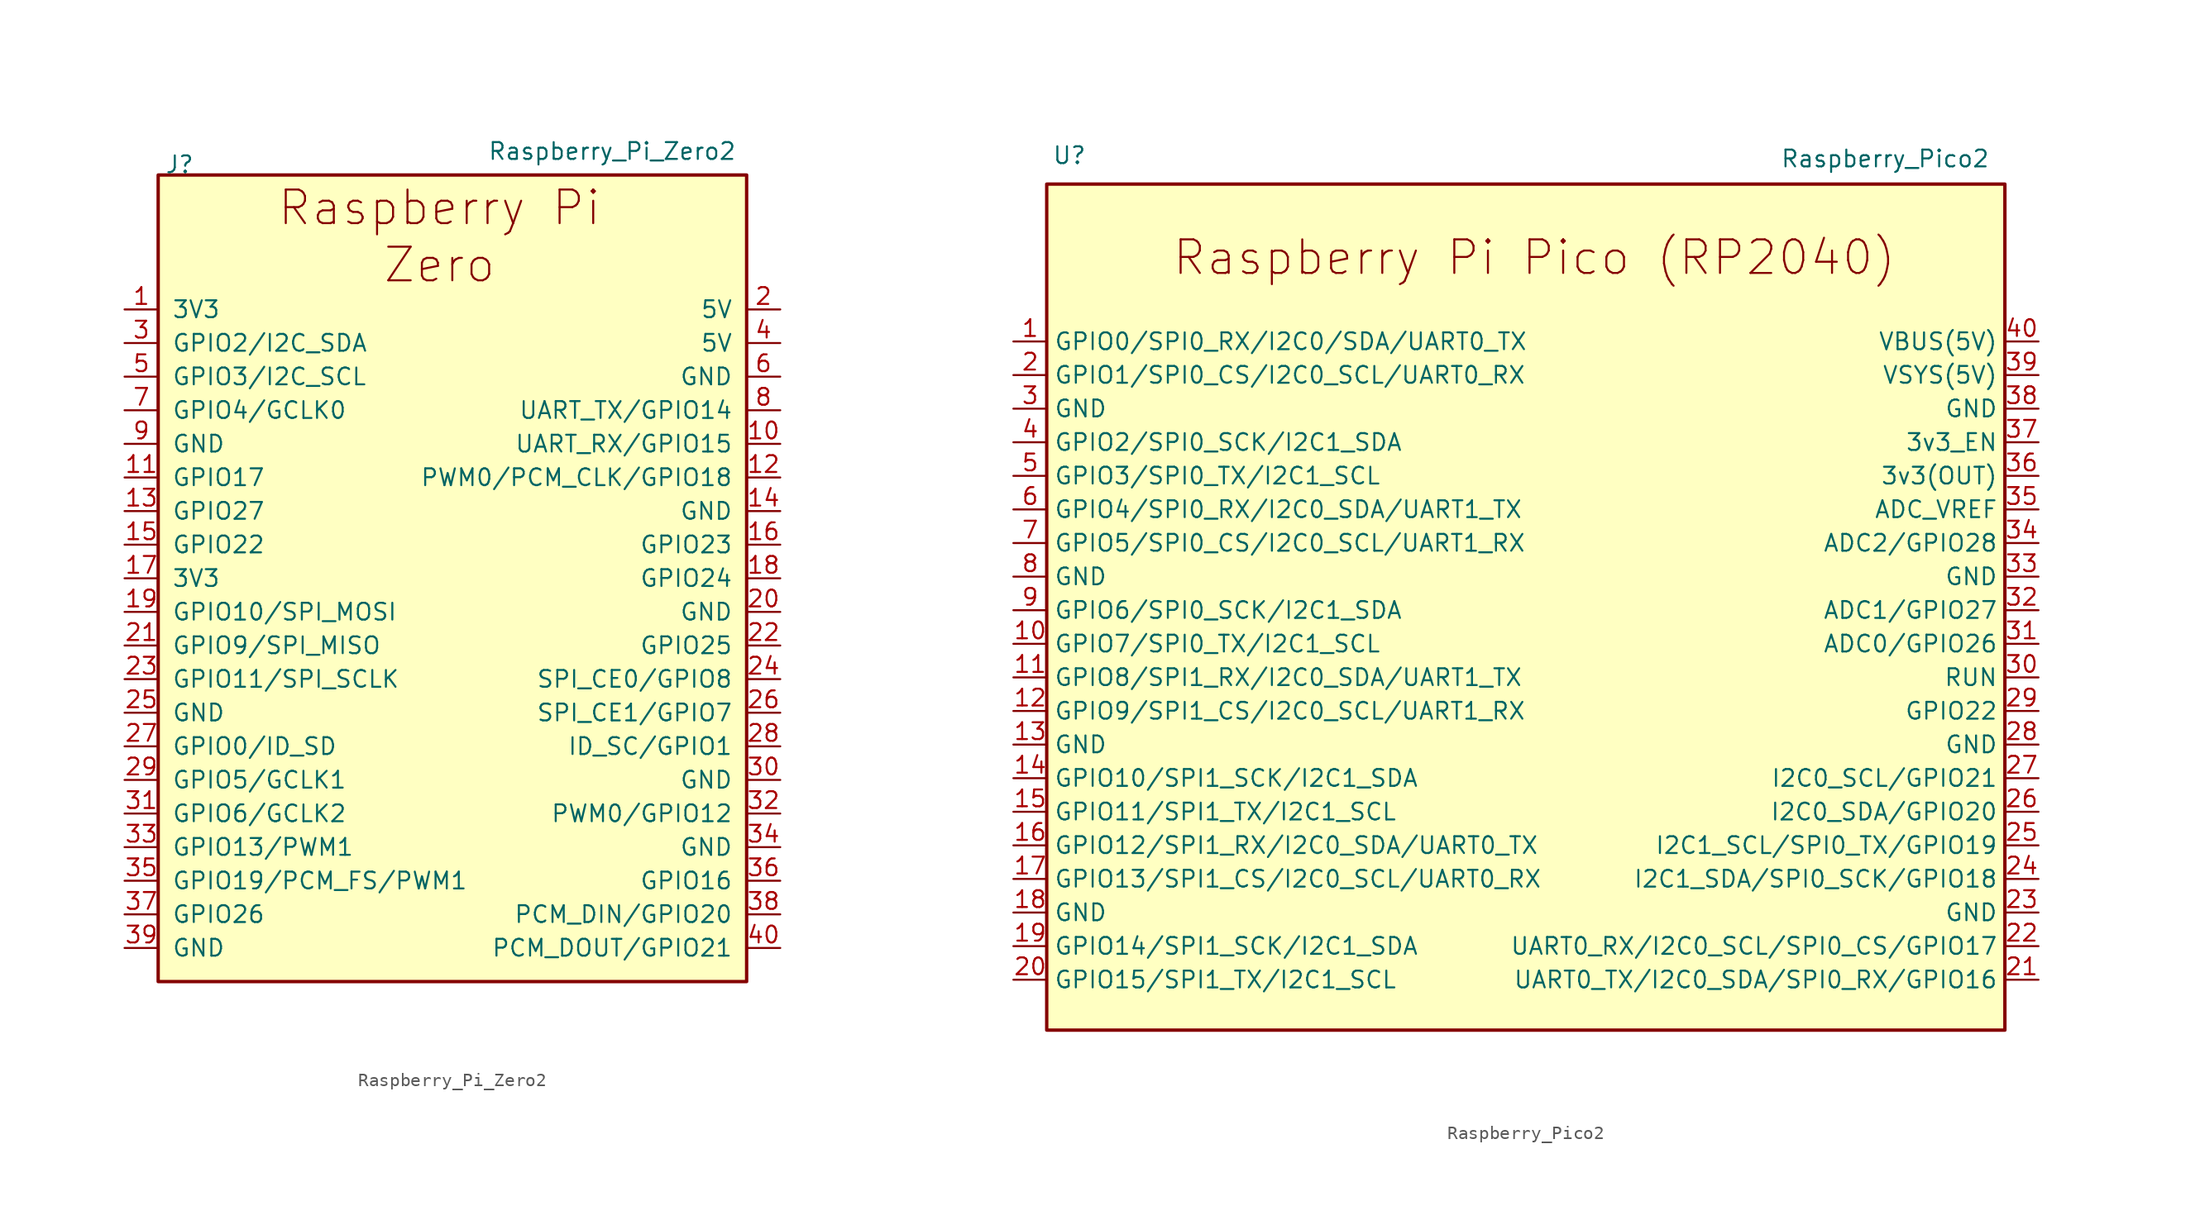
<source format=kicad_sym>
(kicad_symbol_lib
  (version 20220914)
  (generator kicad_symbol_editor)
  (symbol "Raspberry_Pi_Zero2"
    (pin_names
      (offset 1.016))
    (property "Reference" "J"
      (at -23.64 31.8 0)
      (effects (font (size 1.27 1.27)) (justify left bottom)))
    (property "Value" "Raspberry_Pi_Zero2"
      (at 10.16 34.29 0)
      (effects (font (size 1.27 1.27)) (justify top)))
    (symbol "Raspberry_Pi_Zero2_0_0"
      (text "Raspberry Pi" (at -2.88 29.28 0) (effects (font (size 2.54 2.54))))
      (text "Zero" (at -2.88 24.96 0) (effects (font (size 2.54 2.54)))))
    (symbol "Raspberry_Pi_Zero2_0_1"
      (rectangle (start -24.13 31.75) (end 20.32 -29.21) (stroke (width 0.254) (type default)) (fill (type background))))
    (symbol "Raspberry_Pi_Zero2_1_1"
      (pin power_in line (at -26.67 21.59 0) (length 2.54) (name "3V3" (effects (font (size 1.27 1.27)))) (number "1" (effects (font (size 1.27 1.27)))))
      (pin bidirectional line (at 22.86 11.43 180) (length 2.54) (name "UART_RX/GPIO15" (effects (font (size 1.27 1.27)))) (number "10" (effects (font (size 1.27 1.27)))))
      (pin bidirectional line (at -26.67 8.89 0) (length 2.54) (name "GPIO17" (effects (font (size 1.27 1.27)))) (number "11" (effects (font (size 1.27 1.27)))))
      (pin bidirectional line (at 22.86 8.89 180) (length 2.54) (name "PWM0/PCM_CLK/GPIO18" (effects (font (size 1.27 1.27)))) (number "12" (effects (font (size 1.27 1.27)))))
      (pin bidirectional line (at -26.67 6.35 0) (length 2.54) (name "GPIO27" (effects (font (size 1.27 1.27)))) (number "13" (effects (font (size 1.27 1.27)))))
      (pin power_in line (at 22.86 6.35 180) (length 2.54) (name "GND" (effects (font (size 1.27 1.27)))) (number "14" (effects (font (size 1.27 1.27)))))
      (pin bidirectional line (at -26.67 3.81 0) (length 2.54) (name "GPIO22" (effects (font (size 1.27 1.27)))) (number "15" (effects (font (size 1.27 1.27)))))
      (pin bidirectional line (at 22.86 3.81 180) (length 2.54) (name "GPIO23" (effects (font (size 1.27 1.27)))) (number "16" (effects (font (size 1.27 1.27)))))
      (pin power_in line (at -26.67 1.27 0) (length 2.54) (name "3V3" (effects (font (size 1.27 1.27)))) (number "17" (effects (font (size 1.27 1.27)))))
      (pin bidirectional line (at 22.86 1.27 180) (length 2.54) (name "GPIO24" (effects (font (size 1.27 1.27)))) (number "18" (effects (font (size 1.27 1.27)))))
      (pin bidirectional line (at -26.67 -1.27 0) (length 2.54) (name "GPIO10/SPI_MOSI" (effects (font (size 1.27 1.27)))) (number "19" (effects (font (size 1.27 1.27)))))
      (pin power_in line (at 22.86 21.59 180) (length 2.54) (name "5V" (effects (font (size 1.27 1.27)))) (number "2" (effects (font (size 1.27 1.27)))))
      (pin power_in line (at 22.86 -1.27 180) (length 2.54) (name "GND" (effects (font (size 1.27 1.27)))) (number "20" (effects (font (size 1.27 1.27)))))
      (pin bidirectional line (at -26.67 -3.81 0) (length 2.54) (name "GPIO9/SPI_MISO" (effects (font (size 1.27 1.27)))) (number "21" (effects (font (size 1.27 1.27)))))
      (pin bidirectional line (at 22.86 -3.81 180) (length 2.54) (name "GPIO25" (effects (font (size 1.27 1.27)))) (number "22" (effects (font (size 1.27 1.27)))))
      (pin bidirectional line (at -26.67 -6.35 0) (length 2.54) (name "GPIO11/SPI_SCLK" (effects (font (size 1.27 1.27)))) (number "23" (effects (font (size 1.27 1.27)))))
      (pin bidirectional line (at 22.86 -6.35 180) (length 2.54) (name "SPI_CE0/GPIO8" (effects (font (size 1.27 1.27)))) (number "24" (effects (font (size 1.27 1.27)))))
      (pin power_in line (at -26.67 -8.89 0) (length 2.54) (name "GND" (effects (font (size 1.27 1.27)))) (number "25" (effects (font (size 1.27 1.27)))))
      (pin bidirectional line (at 22.86 -8.89 180) (length 2.54) (name "SPI_CE1/GPIO7" (effects (font (size 1.27 1.27)))) (number "26" (effects (font (size 1.27 1.27)))))
      (pin bidirectional line (at -26.67 -11.43 0) (length 2.54) (name "GPIO0/ID_SD" (effects (font (size 1.27 1.27)))) (number "27" (effects (font (size 1.27 1.27)))))
      (pin bidirectional line (at 22.86 -11.43 180) (length 2.54) (name "ID_SC/GPIO1" (effects (font (size 1.27 1.27)))) (number "28" (effects (font (size 1.27 1.27)))))
      (pin bidirectional line (at -26.67 -13.97 0) (length 2.54) (name "GPIO5/GCLK1" (effects (font (size 1.27 1.27)))) (number "29" (effects (font (size 1.27 1.27)))))
      (pin bidirectional line (at -26.67 19.05 0) (length 2.54) (name "GPIO2/I2C_SDA" (effects (font (size 1.27 1.27)))) (number "3" (effects (font (size 1.27 1.27)))))
      (pin power_in line (at 22.86 -13.97 180) (length 2.54) (name "GND" (effects (font (size 1.27 1.27)))) (number "30" (effects (font (size 1.27 1.27)))))
      (pin bidirectional line (at -26.67 -16.51 0) (length 2.54) (name "GPIO6/GCLK2" (effects (font (size 1.27 1.27)))) (number "31" (effects (font (size 1.27 1.27)))))
      (pin bidirectional line (at 22.86 -16.51 180) (length 2.54) (name "PWM0/GPIO12" (effects (font (size 1.27 1.27)))) (number "32" (effects (font (size 1.27 1.27)))))
      (pin bidirectional line (at -26.67 -19.05 0) (length 2.54) (name "GPIO13/PWM1" (effects (font (size 1.27 1.27)))) (number "33" (effects (font (size 1.27 1.27)))))
      (pin power_in line (at 22.86 -19.05 180) (length 2.54) (name "GND" (effects (font (size 1.27 1.27)))) (number "34" (effects (font (size 1.27 1.27)))))
      (pin bidirectional line (at -26.67 -21.59 0) (length 2.54) (name "GPIO19/PCM_FS/PWM1" (effects (font (size 1.27 1.27)))) (number "35" (effects (font (size 1.27 1.27)))))
      (pin bidirectional line (at 22.86 -21.59 180) (length 2.54) (name "GPIO16" (effects (font (size 1.27 1.27)))) (number "36" (effects (font (size 1.27 1.27)))))
      (pin bidirectional line (at -26.67 -24.13 0) (length 2.54) (name "GPIO26" (effects (font (size 1.27 1.27)))) (number "37" (effects (font (size 1.27 1.27)))))
      (pin bidirectional line (at 22.86 -24.13 180) (length 2.54) (name "PCM_DIN/GPIO20" (effects (font (size 1.27 1.27)))) (number "38" (effects (font (size 1.27 1.27)))))
      (pin power_in line (at -26.67 -26.67 0) (length 2.54) (name "GND" (effects (font (size 1.27 1.27)))) (number "39" (effects (font (size 1.27 1.27)))))
      (pin power_in line (at 22.86 19.05 180) (length 2.54) (name "5V" (effects (font (size 1.27 1.27)))) (number "4" (effects (font (size 1.27 1.27)))))
      (pin bidirectional line (at 22.86 -26.67 180) (length 2.54) (name "PCM_DOUT/GPIO21" (effects (font (size 1.27 1.27)))) (number "40" (effects (font (size 1.27 1.27)))))
      (pin bidirectional line (at -26.67 16.51 0) (length 2.54) (name "GPIO3/I2C_SCL" (effects (font (size 1.27 1.27)))) (number "5" (effects (font (size 1.27 1.27)))))
      (pin power_in line (at 22.86 16.51 180) (length 2.54) (name "GND" (effects (font (size 1.27 1.27)))) (number "6" (effects (font (size 1.27 1.27)))))
      (pin bidirectional line (at -26.67 13.97 0) (length 2.54) (name "GPIO4/GCLK0" (effects (font (size 1.27 1.27)))) (number "7" (effects (font (size 1.27 1.27)))))
      (pin bidirectional line (at 22.86 13.97 180) (length 2.54) (name "UART_TX/GPIO14" (effects (font (size 1.27 1.27)))) (number "8" (effects (font (size 1.27 1.27)))))
      (pin power_in line (at -26.67 11.43 0) (length 2.54) (name "GND" (effects (font (size 1.27 1.27)))) (number "9" (effects (font (size 1.27 1.27)))))))
  (symbol "Raspberry_Pico2"
    (property "Reference" "U"
      (at -26.25 57.25 0)
      (effects (font (size 1.27 1.27))))
    (property "Value" "Raspberry_Pico2"
      (at 35.4 57 0)
      (effects (font (size 1.27 1.27))))
    (symbol "Raspberry_Pico2_0_0"
      (text "Raspberry Pi Pico (RP2040)" (at 8.89 49.53 0) (effects (font (size 2.54 2.54)))))
    (symbol "Raspberry_Pico2_0_1"
      (rectangle (start -27.96 55.08) (end 44.45 -8.89) (stroke (width 0.254) (type default)) (fill (type background))))
    (symbol "Raspberry_Pico2_1_1"
      (pin bidirectional line (at -30.48 43.18 0) (length 2.54) (name "GPIO0/SPI0_RX/I2C0/SDA/UART0_TX" (effects (font (size 1.27 1.27)))) (number "1" (effects (font (size 1.27 1.27)))))
      (pin bidirectional line (at -30.48 20.32 0) (length 2.54) (name "GPIO7/SPI0_TX/I2C1_SCL" (effects (font (size 1.27 1.27)))) (number "10" (effects (font (size 1.27 1.27)))))
      (pin bidirectional line (at -30.48 17.78 0) (length 2.54) (name "GPIO8/SPI1_RX/I2C0_SDA/UART1_TX" (effects (font (size 1.27 1.27)))) (number "11" (effects (font (size 1.27 1.27)))))
      (pin bidirectional line (at -30.48 15.24 0) (length 2.54) (name "GPIO9/SPI1_CS/I2C0_SCL/UART1_RX" (effects (font (size 1.27 1.27)))) (number "12" (effects (font (size 1.27 1.27)))))
      (pin power_in line (at -30.48 12.7 0) (length 2.54) (name "GND" (effects (font (size 1.27 1.27)))) (number "13" (effects (font (size 1.27 1.27)))))
      (pin bidirectional line (at -30.48 10.16 0) (length 2.54) (name "GPIO10/SPI1_SCK/I2C1_SDA" (effects (font (size 1.27 1.27)))) (number "14" (effects (font (size 1.27 1.27)))))
      (pin bidirectional line (at -30.48 7.62 0) (length 2.54) (name "GPIO11/SPI1_TX/I2C1_SCL" (effects (font (size 1.27 1.27)))) (number "15" (effects (font (size 1.27 1.27)))))
      (pin bidirectional line (at -30.48 5.08 0) (length 2.54) (name "GPIO12/SPI1_RX/I2C0_SDA/UART0_TX" (effects (font (size 1.27 1.27)))) (number "16" (effects (font (size 1.27 1.27)))))
      (pin bidirectional line (at -30.48 2.54 0) (length 2.54) (name "GPIO13/SPI1_CS/I2C0_SCL/UART0_RX" (effects (font (size 1.27 1.27)))) (number "17" (effects (font (size 1.27 1.27)))))
      (pin power_in line (at -30.48 0 0) (length 2.54) (name "GND" (effects (font (size 1.27 1.27)))) (number "18" (effects (font (size 1.27 1.27)))))
      (pin bidirectional line (at -30.48 -2.54 0) (length 2.54) (name "GPIO14/SPI1_SCK/I2C1_SDA" (effects (font (size 1.27 1.27)))) (number "19" (effects (font (size 1.27 1.27)))))
      (pin bidirectional line (at -30.48 40.64 0) (length 2.54) (name "GPIO1/SPI0_CS/I2C0_SCL/UART0_RX" (effects (font (size 1.27 1.27)))) (number "2" (effects (font (size 1.27 1.27)))))
      (pin bidirectional line (at -30.48 -5.08 0) (length 2.54) (name "GPIO15/SPI1_TX/I2C1_SCL" (effects (font (size 1.27 1.27)))) (number "20" (effects (font (size 1.27 1.27)))))
      (pin bidirectional line (at 46.99 -5.08 180) (length 2.54) (name "UART0_TX/I2C0_SDA/SPI0_RX/GPIO16" (effects (font (size 1.27 1.27)))) (number "21" (effects (font (size 1.27 1.27)))))
      (pin bidirectional line (at 46.99 -2.54 180) (length 2.54) (name "UART0_RX/I2C0_SCL/SPI0_CS/GPIO17" (effects (font (size 1.27 1.27)))) (number "22" (effects (font (size 1.27 1.27)))))
      (pin power_in line (at 46.99 0 180) (length 2.54) (name "GND" (effects (font (size 1.27 1.27)))) (number "23" (effects (font (size 1.27 1.27)))))
      (pin bidirectional line (at 46.99 2.54 180) (length 2.54) (name "I2C1_SDA/SPI0_SCK/GPIO18" (effects (font (size 1.27 1.27)))) (number "24" (effects (font (size 1.27 1.27)))))
      (pin bidirectional line (at 46.99 5.08 180) (length 2.54) (name "I2C1_SCL/SPI0_TX/GPIO19" (effects (font (size 1.27 1.27)))) (number "25" (effects (font (size 1.27 1.27)))))
      (pin bidirectional line (at 46.99 7.62 180) (length 2.54) (name "I2C0_SDA/GPIO20" (effects (font (size 1.27 1.27)))) (number "26" (effects (font (size 1.27 1.27)))))
      (pin bidirectional line (at 46.99 10.16 180) (length 2.54) (name "I2C0_SCL/GPIO21" (effects (font (size 1.27 1.27)))) (number "27" (effects (font (size 1.27 1.27)))))
      (pin power_in line (at 46.99 12.7 180) (length 2.54) (name "GND" (effects (font (size 1.27 1.27)))) (number "28" (effects (font (size 1.27 1.27)))))
      (pin bidirectional line (at 46.99 15.24 180) (length 2.54) (name "GPIO22" (effects (font (size 1.27 1.27)))) (number "29" (effects (font (size 1.27 1.27)))))
      (pin power_in line (at -30.48 38.1 0) (length 2.54) (name "GND" (effects (font (size 1.27 1.27)))) (number "3" (effects (font (size 1.27 1.27)))))
      (pin input line (at 46.99 17.78 180) (length 2.54) (name "RUN" (effects (font (size 1.27 1.27)))) (number "30" (effects (font (size 1.27 1.27)))))
      (pin bidirectional line (at 46.99 20.32 180) (length 2.54) (name "ADC0/GPIO26" (effects (font (size 1.27 1.27)))) (number "31" (effects (font (size 1.27 1.27)))))
      (pin bidirectional line (at 46.99 22.86 180) (length 2.54) (name "ADC1/GPIO27" (effects (font (size 1.27 1.27)))) (number "32" (effects (font (size 1.27 1.27)))))
      (pin power_in line (at 46.99 25.4 180) (length 2.54) (name "GND" (effects (font (size 1.27 1.27)))) (number "33" (effects (font (size 1.27 1.27)))))
      (pin bidirectional line (at 46.99 27.94 180) (length 2.54) (name "ADC2/GPIO28" (effects (font (size 1.27 1.27)))) (number "34" (effects (font (size 1.27 1.27)))))
      (pin power_in line (at 46.99 30.48 180) (length 2.54) (name "ADC_VREF" (effects (font (size 1.27 1.27)))) (number "35" (effects (font (size 1.27 1.27)))))
      (pin power_out line (at 46.99 33.02 180) (length 2.54) (name "3v3(OUT)" (effects (font (size 1.27 1.27)))) (number "36" (effects (font (size 1.27 1.27)))))
      (pin passive line (at 46.99 35.56 180) (length 2.54) (name "3v3_EN" (effects (font (size 1.27 1.27)))) (number "37" (effects (font (size 1.27 1.27)))))
      (pin power_in line (at 46.99 38.1 180) (length 2.54) (name "GND" (effects (font (size 1.27 1.27)))) (number "38" (effects (font (size 1.27 1.27)))))
      (pin power_in line (at 46.99 40.64 180) (length 2.54) (name "VSYS(5V)" (effects (font (size 1.27 1.27)))) (number "39" (effects (font (size 1.27 1.27)))))
      (pin bidirectional line (at -30.48 35.56 0) (length 2.54) (name "GPIO2/SPI0_SCK/I2C1_SDA" (effects (font (size 1.27 1.27)))) (number "4" (effects (font (size 1.27 1.27)))))
      (pin power_in line (at 46.99 43.18 180) (length 2.54) (name "VBUS(5V)" (effects (font (size 1.27 1.27)))) (number "40" (effects (font (size 1.27 1.27)))))
      (pin bidirectional line (at -30.48 33.02 0) (length 2.54) (name "GPIO3/SPI0_TX/I2C1_SCL" (effects (font (size 1.27 1.27)))) (number "5" (effects (font (size 1.27 1.27)))))
      (pin bidirectional line (at -30.48 30.48 0) (length 2.54) (name "GPIO4/SPI0_RX/I2C0_SDA/UART1_TX" (effects (font (size 1.27 1.27)))) (number "6" (effects (font (size 1.27 1.27)))))
      (pin bidirectional line (at -30.48 27.94 0) (length 2.54) (name "GPIO5/SPI0_CS/I2C0_SCL/UART1_RX" (effects (font (size 1.27 1.27)))) (number "7" (effects (font (size 1.27 1.27)))))
      (pin power_in line (at -30.48 25.4 0) (length 2.54) (name "GND" (effects (font (size 1.27 1.27)))) (number "8" (effects (font (size 1.27 1.27)))))
      (pin bidirectional line (at -30.48 22.86 0) (length 2.54) (name "GPIO6/SPI0_SCK/I2C1_SDA" (effects (font (size 1.27 1.27)))) (number "9" (effects (font (size 1.27 1.27))))))))
</source>
